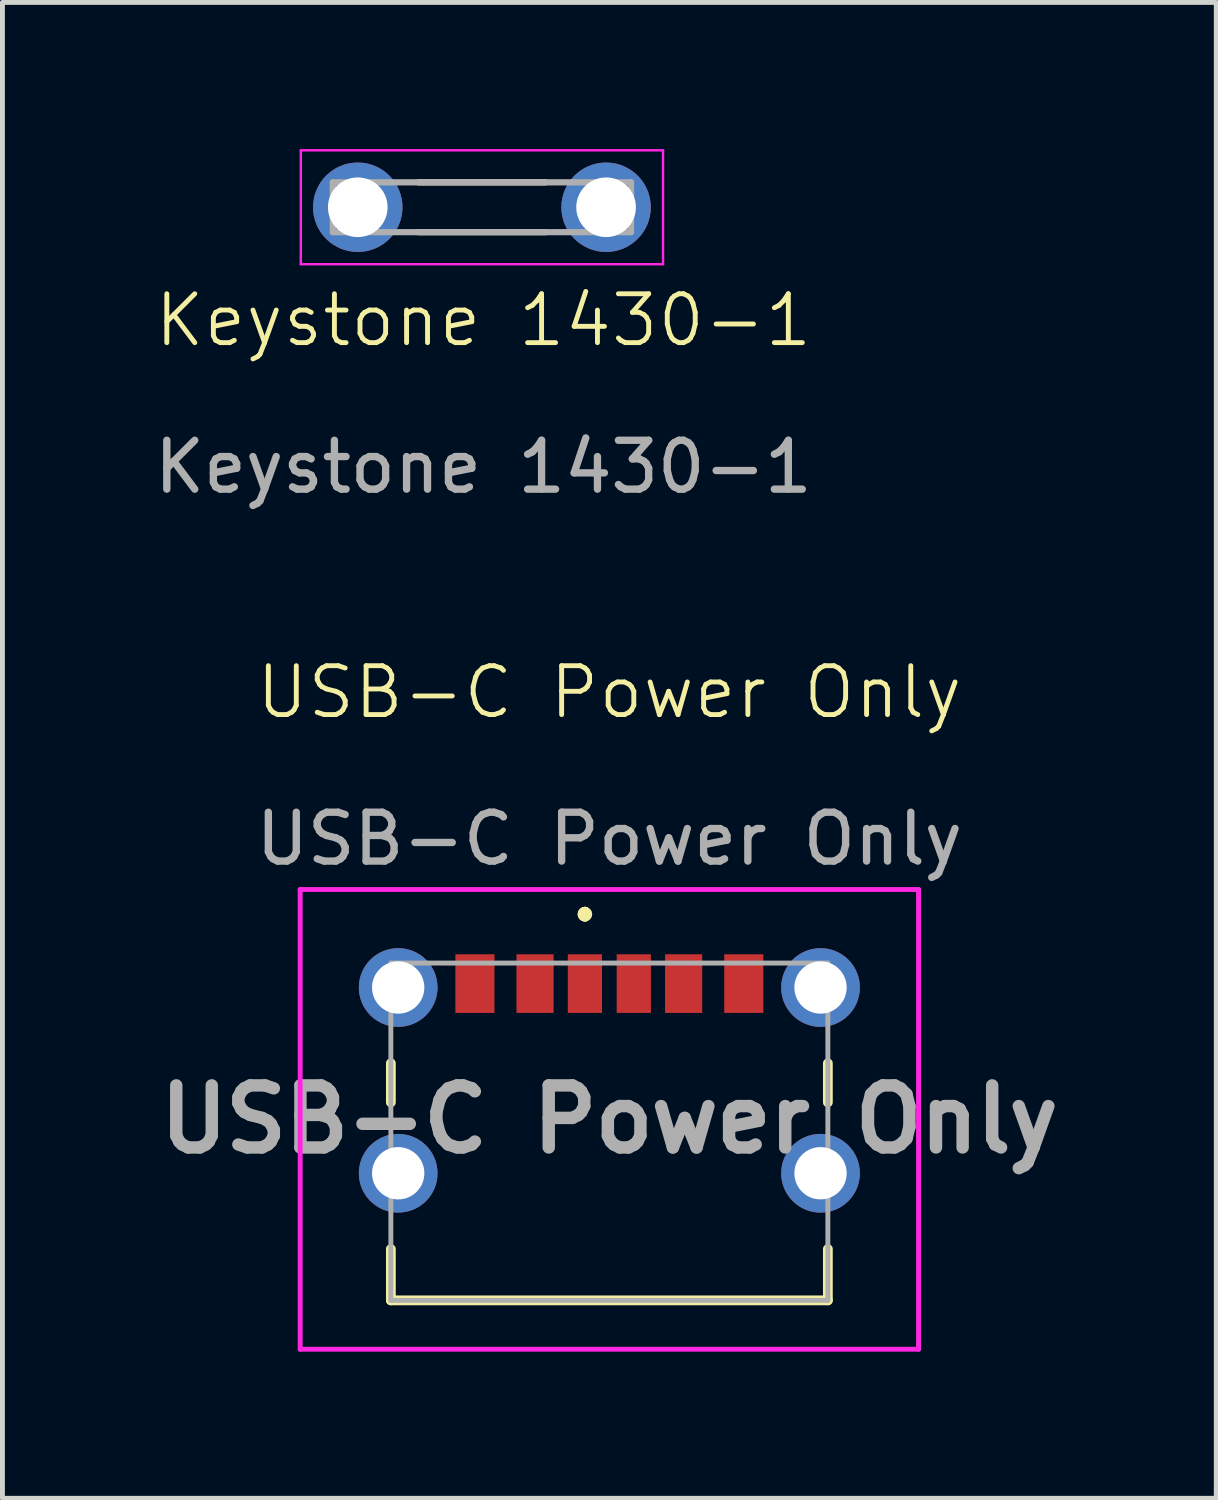
<source format=kicad_pcb>
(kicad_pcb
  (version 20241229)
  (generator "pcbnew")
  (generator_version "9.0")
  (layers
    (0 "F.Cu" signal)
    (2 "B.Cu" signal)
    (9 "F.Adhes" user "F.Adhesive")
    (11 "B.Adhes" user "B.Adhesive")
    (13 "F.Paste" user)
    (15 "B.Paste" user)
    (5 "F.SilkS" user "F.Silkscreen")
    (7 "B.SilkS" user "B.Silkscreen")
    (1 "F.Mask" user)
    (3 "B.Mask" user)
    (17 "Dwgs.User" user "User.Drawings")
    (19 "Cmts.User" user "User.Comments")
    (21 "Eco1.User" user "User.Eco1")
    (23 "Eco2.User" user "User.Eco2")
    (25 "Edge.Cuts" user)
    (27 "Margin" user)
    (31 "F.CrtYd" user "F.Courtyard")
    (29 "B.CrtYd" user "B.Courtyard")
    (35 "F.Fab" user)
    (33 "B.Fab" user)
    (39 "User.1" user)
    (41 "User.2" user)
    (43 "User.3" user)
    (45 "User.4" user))
  (footprint "USB-C Power Only"
    (layer "F.Cu")
    (at 9.416 19.85)
    (property "Reference" "USB-C Power Only" (at 0 -8.739 0) (unlocked yes) (layer "F.SilkS") (effects (font (size 1 1) (thickness 0.1))))
    (attr smd)
    (fp_line (start -4.47 -1.148) (end -4.47 -0.348) (stroke (width 0.2) (type solid)) (layer "F.SilkS"))
    (fp_line (start -4.47 2.652) (end -4.47 3.702) (stroke (width 0.2) (type solid)) (layer "F.SilkS"))
    (fp_line (start -4.47 3.702) (end 4.47 3.702) (stroke (width 0.2) (type solid)) (layer "F.SilkS"))
    (fp_line (start -0.5 -4.248) (end -0.5 -4.248) (stroke (width 0.2) (type solid)) (layer "F.SilkS"))
    (fp_line (start -0.5 -4.248) (end -0.5 -4.248) (stroke (width 0.2) (type solid)) (layer "F.SilkS"))
    (fp_line (start -0.5 -4.148) (end -0.5 -4.148) (stroke (width 0.2) (type solid)) (layer "F.SilkS"))
    (fp_line (start 4.47 -1.148) (end 4.47 -0.348) (stroke (width 0.2) (type solid)) (layer "F.SilkS"))
    (fp_line (start 4.47 3.702) (end 4.47 2.652) (stroke (width 0.2) (type solid)) (layer "F.SilkS"))
    (fp_arc (start -0.5 -4.248) (mid -0.45 -4.198) (end -0.5 -4.148) (stroke (width 0.2) (type solid)) (layer "F.SilkS"))
    (fp_arc (start -0.5 -4.148) (mid -0.55 -4.198) (end -0.5 -4.248) (stroke (width 0.2) (type solid)) (layer "F.SilkS"))
    (fp_arc (start -0.5 -4.148) (mid -0.55 -4.198) (end -0.5 -4.248) (stroke (width 0.2) (type solid)) (layer "F.SilkS"))
    (fp_line (start -6.325 -4.703) (end 6.325 -4.703) (stroke (width 0.1) (type solid)) (layer "F.CrtYd"))
    (fp_line (start -6.325 4.702) (end -6.325 -4.703) (stroke (width 0.1) (type solid)) (layer "F.CrtYd"))
    (fp_line (start 6.325 -4.703) (end 6.325 4.702) (stroke (width 0.1) (type solid)) (layer "F.CrtYd"))
    (fp_line (start 6.325 4.702) (end -6.325 4.702) (stroke (width 0.1) (type solid)) (layer "F.CrtYd"))
    (fp_line (start -4.47 -3.198) (end -4.47 3.702) (stroke (width 0.1) (type solid)) (layer "F.Fab"))
    (fp_line (start -4.47 3.702) (end 4.47 3.702) (stroke (width 0.1) (type solid)) (layer "F.Fab"))
    (fp_line (start 4.47 -3.198) (end -4.47 -3.198) (stroke (width 0.1) (type solid)) (layer "F.Fab"))
    (fp_line (start 4.47 3.702) (end 4.47 -3.198) (stroke (width 0.1) (type solid)) (layer "F.Fab"))
    (fp_text user "${REFERENCE}" (at 0 -5.739 0) (unlocked yes) (layer "F.Fab") (effects (font (size 1 1) (thickness 0.15))))
    (fp_text user "${REFERENCE}" (at 0 0 180) (layer "F.Fab") (effects (font (size 1.27 1.27) (thickness 0.254))))
    (pad "A5" smd rect (at -0.5 -2.778) (size 0.7 1.2) (layers "F.Cu" "F.Mask" "F.Paste"))
    (pad "A9" smd rect (at 1.52 -2.778) (size 0.76 1.2) (layers "F.Cu" "F.Mask" "F.Paste"))
    (pad "A12" smd rect (at 2.75 -2.778) (size 0.8 1.2) (layers "F.Cu" "F.Mask" "F.Paste"))
    (pad "B5" smd rect (at 0.5 -2.778) (size 0.7 1.2) (layers "F.Cu" "F.Mask" "F.Paste"))
    (pad "B9" smd rect (at -1.52 -2.778) (size 0.76 1.2) (layers "F.Cu" "F.Mask" "F.Paste"))
    (pad "B12" smd rect (at -2.75 -2.778) (size 0.8 1.2) (layers "F.Cu" "F.Mask" "F.Paste"))
    (pad "MH1" thru_hole circle (at -4.32 1.102) (size 1.61 1.61) (drill 1.07) (layers "*.Cu" "*.Mask"))
    (pad "MH2" thru_hole circle (at 4.32 1.102) (size 1.61 1.61) (drill 1.07) (layers "*.Cu" "*.Mask"))
    (pad "MH3" thru_hole circle (at -4.32 -2.698) (size 1.61 1.61) (drill 1.07) (layers "*.Cu" "*.Mask"))
    (pad "MH4" thru_hole circle (at 4.32 -2.698) (size 1.61 1.61) (drill 1.07) (layers "*.Cu" "*.Mask")))
  (footprint "Keystone 1430-1"
    (layer "F.Cu")
    (at 6.839 1.192)
    (property "Reference" "Keystone 1430-1" (at 0 2.31 0) (unlocked yes) (layer "F.SilkS") (effects (font (size 1 1) (thickness 0.1))))
    (attr through_hole)
    (fp_line (start -1.33 0.508) (end 1.27 0.508) (stroke (width 0.127) (type solid)) (layer "F.SilkS"))
    (fp_line (start 1.27 -0.512) (end -1.33 -0.512) (stroke (width 0.127) (type solid)) (layer "F.SilkS"))
    (fp_line (start -3.735 -1.167) (end -3.735 1.163) (stroke (width 0.05) (type solid)) (layer "F.CrtYd"))
    (fp_line (start -3.735 1.163) (end 3.675 1.163) (stroke (width 0.05) (type solid)) (layer "F.CrtYd"))
    (fp_line (start 3.675 -1.167) (end -3.735 -1.167) (stroke (width 0.05) (type solid)) (layer "F.CrtYd"))
    (fp_line (start 3.675 1.163) (end 3.675 -1.167) (stroke (width 0.05) (type solid)) (layer "F.CrtYd"))
    (fp_line (start -3.08 -0.512) (end -3.08 0.508) (stroke (width 0.127) (type solid)) (layer "F.Fab"))
    (fp_line (start -3.08 0.508) (end 3.02 0.508) (stroke (width 0.127) (type solid)) (layer "F.Fab"))
    (fp_line (start 3.02 -0.512) (end -3.08 -0.512) (stroke (width 0.127) (type solid)) (layer "F.Fab"))
    (fp_line (start 3.02 0.508) (end 3.02 -0.512) (stroke (width 0.127) (type solid)) (layer "F.Fab"))
    (fp_text user "${REFERENCE}" (at 0 5.31 0) (unlocked yes) (layer "F.Fab") (effects (font (size 1 1) (thickness 0.15))))
    (pad "1" thru_hole circle (at -2.57 -0.002) (size 1.83 1.83) (drill 1.22) (layers "*.Cu" "*.Mask"))
    (pad "2" thru_hole circle (at 2.51 -0.002) (size 1.83 1.83) (drill 1.22) (layers "*.Cu" "*.Mask")))
  (gr_rect
    (start -3 -3)
    (end 21.832 27.602)
    (stroke (width 0.1) (type default))
    (fill no)
    (layer "Edge.Cuts")))
</source>
